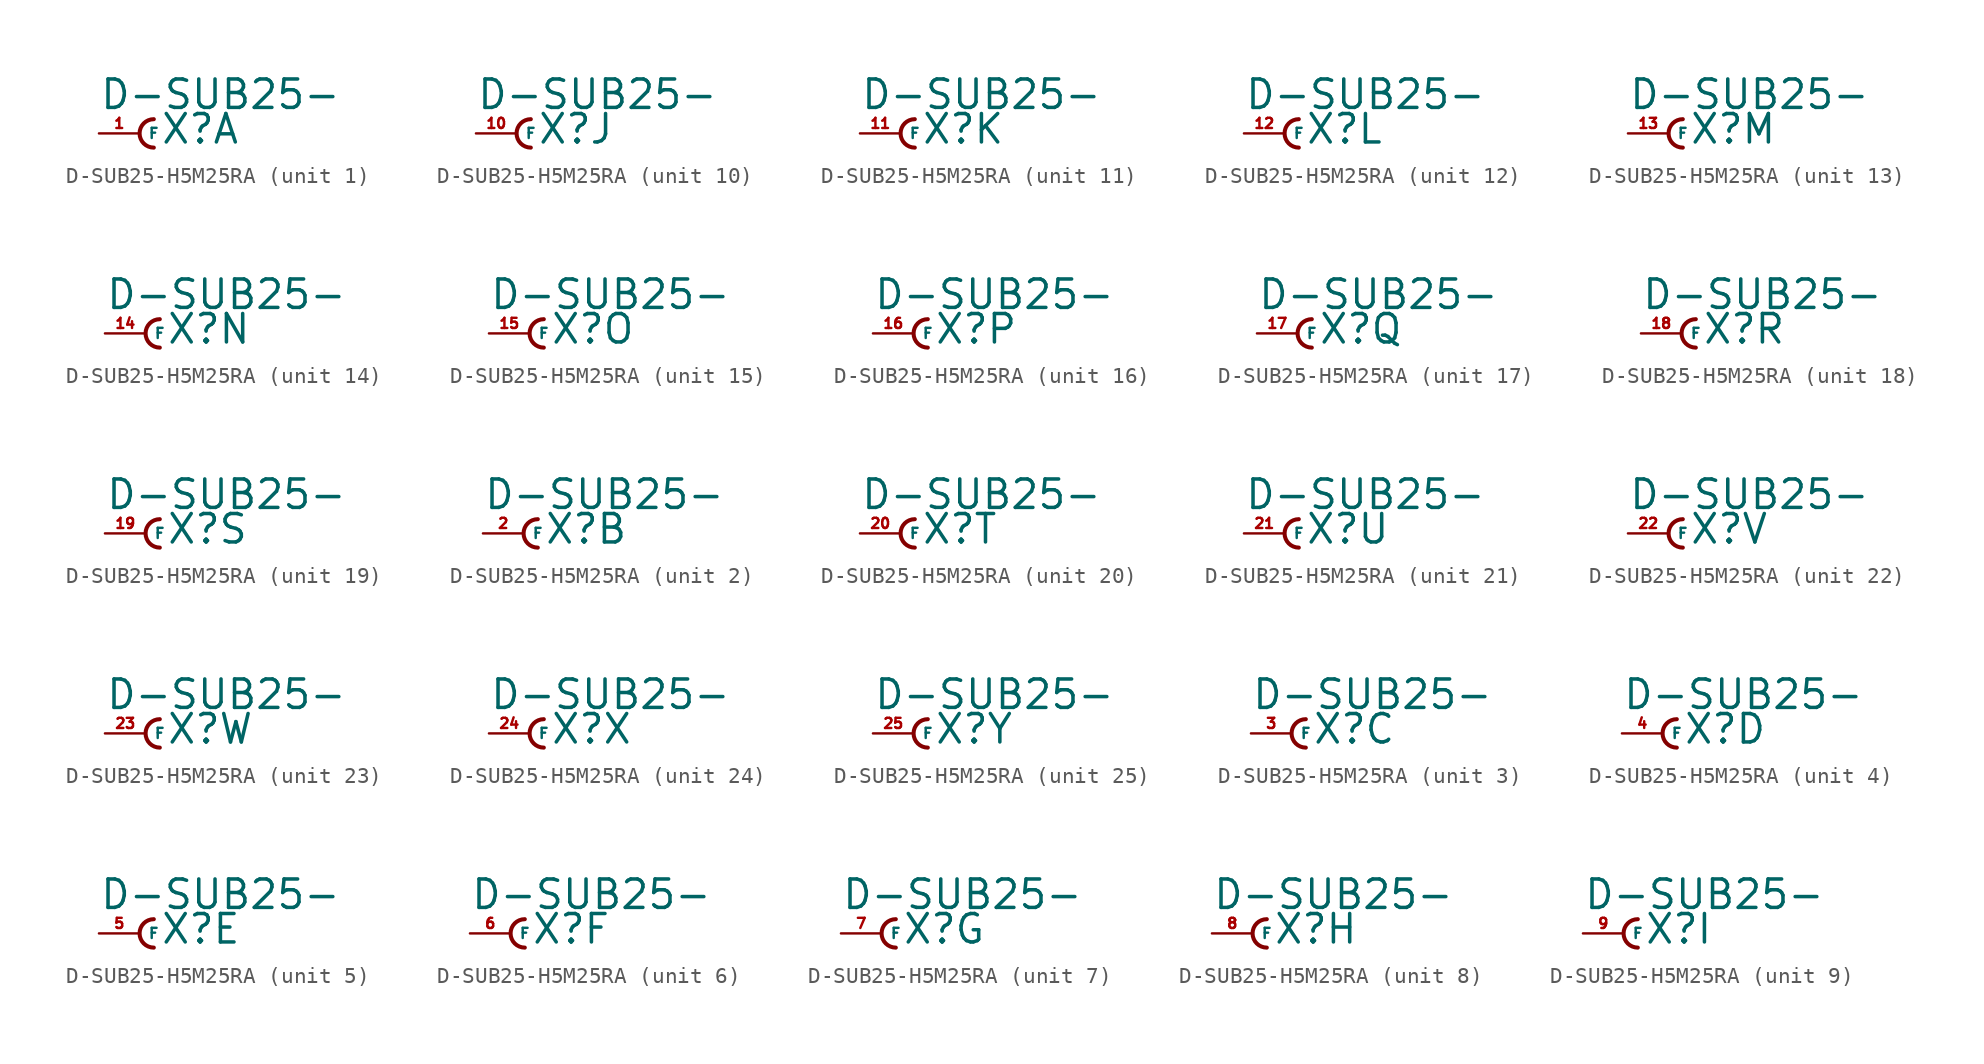
<source format=kicad_sym>
(kicad_symbol_lib
  (version 20220914)
  (generator Eagle2Kicad)
  (symbol "D-SUB25-H5M25RA"
    (property "Reference" "X"
      (at 1.27 -0.762 0)
      (effects (font (size 1.778 1.778) (thickness 0.22)) (justify left bottom)))
    (property "Value" "D-SUB25-"
      (at -2.54 1.397 0)
      (effects (font (size 1.778 1.778) (thickness 0.22)) (justify left bottom)))
    (symbol "D-SUB25-H5M25RA_1_0"
      (arc (start 0.889 0.889) (mid 0.000 0.000) (end 0.889 -0.889) (stroke (width 0.254) (type default)) (fill (type none)))
      (pin passive line (at -2.54 0 0) (length 2.54) (name "F" (effects (font (size 0.635 0.635) (thickness 0.08)) (justify left bottom))) (number "1" (effects (font (size 0.635 0.635) (thickness 0.08)) (justify left bottom)))))
    (symbol "D-SUB25-H5M25RA_2_0"
      (arc (start 0.889 0.889) (mid 0.000 0.000) (end 0.889 -0.889) (stroke (width 0.254) (type default)) (fill (type none)))
      (pin passive line (at -2.54 0 0) (length 2.54) (name "F" (effects (font (size 0.635 0.635) (thickness 0.08)) (justify left bottom))) (number "2" (effects (font (size 0.635 0.635) (thickness 0.08)) (justify left bottom)))))
    (symbol "D-SUB25-H5M25RA_3_0"
      (arc (start 0.889 0.889) (mid 0.000 0.000) (end 0.889 -0.889) (stroke (width 0.254) (type default)) (fill (type none)))
      (pin passive line (at -2.54 0 0) (length 2.54) (name "F" (effects (font (size 0.635 0.635) (thickness 0.08)) (justify left bottom))) (number "3" (effects (font (size 0.635 0.635) (thickness 0.08)) (justify left bottom)))))
    (symbol "D-SUB25-H5M25RA_4_0"
      (arc (start 0.889 0.889) (mid 0.000 0.000) (end 0.889 -0.889) (stroke (width 0.254) (type default)) (fill (type none)))
      (pin passive line (at -2.54 0 0) (length 2.54) (name "F" (effects (font (size 0.635 0.635) (thickness 0.08)) (justify left bottom))) (number "4" (effects (font (size 0.635 0.635) (thickness 0.08)) (justify left bottom)))))
    (symbol "D-SUB25-H5M25RA_5_0"
      (arc (start 0.889 0.889) (mid 0.000 0.000) (end 0.889 -0.889) (stroke (width 0.254) (type default)) (fill (type none)))
      (pin passive line (at -2.54 0 0) (length 2.54) (name "F" (effects (font (size 0.635 0.635) (thickness 0.08)) (justify left bottom))) (number "5" (effects (font (size 0.635 0.635) (thickness 0.08)) (justify left bottom)))))
    (symbol "D-SUB25-H5M25RA_6_0"
      (arc (start 0.889 0.889) (mid 0.000 0.000) (end 0.889 -0.889) (stroke (width 0.254) (type default)) (fill (type none)))
      (pin passive line (at -2.54 0 0) (length 2.54) (name "F" (effects (font (size 0.635 0.635) (thickness 0.08)) (justify left bottom))) (number "6" (effects (font (size 0.635 0.635) (thickness 0.08)) (justify left bottom)))))
    (symbol "D-SUB25-H5M25RA_7_0"
      (arc (start 0.889 0.889) (mid 0.000 0.000) (end 0.889 -0.889) (stroke (width 0.254) (type default)) (fill (type none)))
      (pin passive line (at -2.54 0 0) (length 2.54) (name "F" (effects (font (size 0.635 0.635) (thickness 0.08)) (justify left bottom))) (number "7" (effects (font (size 0.635 0.635) (thickness 0.08)) (justify left bottom)))))
    (symbol "D-SUB25-H5M25RA_8_0"
      (arc (start 0.889 0.889) (mid 0.000 0.000) (end 0.889 -0.889) (stroke (width 0.254) (type default)) (fill (type none)))
      (pin passive line (at -2.54 0 0) (length 2.54) (name "F" (effects (font (size 0.635 0.635) (thickness 0.08)) (justify left bottom))) (number "8" (effects (font (size 0.635 0.635) (thickness 0.08)) (justify left bottom)))))
    (symbol "D-SUB25-H5M25RA_9_0"
      (arc (start 0.889 0.889) (mid 0.000 0.000) (end 0.889 -0.889) (stroke (width 0.254) (type default)) (fill (type none)))
      (pin passive line (at -2.54 0 0) (length 2.54) (name "F" (effects (font (size 0.635 0.635) (thickness 0.08)) (justify left bottom))) (number "9" (effects (font (size 0.635 0.635) (thickness 0.08)) (justify left bottom)))))
    (symbol "D-SUB25-H5M25RA_10_0"
      (arc (start 0.889 0.889) (mid 0.000 0.000) (end 0.889 -0.889) (stroke (width 0.254) (type default)) (fill (type none)))
      (pin passive line (at -2.54 0 0) (length 2.54) (name "F" (effects (font (size 0.635 0.635) (thickness 0.08)) (justify left bottom))) (number "10" (effects (font (size 0.635 0.635) (thickness 0.08)) (justify left bottom)))))
    (symbol "D-SUB25-H5M25RA_11_0"
      (arc (start 0.889 0.889) (mid 0.000 0.000) (end 0.889 -0.889) (stroke (width 0.254) (type default)) (fill (type none)))
      (pin passive line (at -2.54 0 0) (length 2.54) (name "F" (effects (font (size 0.635 0.635) (thickness 0.08)) (justify left bottom))) (number "11" (effects (font (size 0.635 0.635) (thickness 0.08)) (justify left bottom)))))
    (symbol "D-SUB25-H5M25RA_12_0"
      (arc (start 0.889 0.889) (mid 0.000 0.000) (end 0.889 -0.889) (stroke (width 0.254) (type default)) (fill (type none)))
      (pin passive line (at -2.54 0 0) (length 2.54) (name "F" (effects (font (size 0.635 0.635) (thickness 0.08)) (justify left bottom))) (number "12" (effects (font (size 0.635 0.635) (thickness 0.08)) (justify left bottom)))))
    (symbol "D-SUB25-H5M25RA_13_0"
      (arc (start 0.889 0.889) (mid 0.000 0.000) (end 0.889 -0.889) (stroke (width 0.254) (type default)) (fill (type none)))
      (pin passive line (at -2.54 0 0) (length 2.54) (name "F" (effects (font (size 0.635 0.635) (thickness 0.08)) (justify left bottom))) (number "13" (effects (font (size 0.635 0.635) (thickness 0.08)) (justify left bottom)))))
    (symbol "D-SUB25-H5M25RA_14_0"
      (arc (start 0.889 0.889) (mid 0.000 0.000) (end 0.889 -0.889) (stroke (width 0.254) (type default)) (fill (type none)))
      (pin passive line (at -2.54 0 0) (length 2.54) (name "F" (effects (font (size 0.635 0.635) (thickness 0.08)) (justify left bottom))) (number "14" (effects (font (size 0.635 0.635) (thickness 0.08)) (justify left bottom)))))
    (symbol "D-SUB25-H5M25RA_15_0"
      (arc (start 0.889 0.889) (mid 0.000 0.000) (end 0.889 -0.889) (stroke (width 0.254) (type default)) (fill (type none)))
      (pin passive line (at -2.54 0 0) (length 2.54) (name "F" (effects (font (size 0.635 0.635) (thickness 0.08)) (justify left bottom))) (number "15" (effects (font (size 0.635 0.635) (thickness 0.08)) (justify left bottom)))))
    (symbol "D-SUB25-H5M25RA_16_0"
      (arc (start 0.889 0.889) (mid 0.000 0.000) (end 0.889 -0.889) (stroke (width 0.254) (type default)) (fill (type none)))
      (pin passive line (at -2.54 0 0) (length 2.54) (name "F" (effects (font (size 0.635 0.635) (thickness 0.08)) (justify left bottom))) (number "16" (effects (font (size 0.635 0.635) (thickness 0.08)) (justify left bottom)))))
    (symbol "D-SUB25-H5M25RA_17_0"
      (arc (start 0.889 0.889) (mid 0.000 0.000) (end 0.889 -0.889) (stroke (width 0.254) (type default)) (fill (type none)))
      (pin passive line (at -2.54 0 0) (length 2.54) (name "F" (effects (font (size 0.635 0.635) (thickness 0.08)) (justify left bottom))) (number "17" (effects (font (size 0.635 0.635) (thickness 0.08)) (justify left bottom)))))
    (symbol "D-SUB25-H5M25RA_18_0"
      (arc (start 0.889 0.889) (mid 0.000 0.000) (end 0.889 -0.889) (stroke (width 0.254) (type default)) (fill (type none)))
      (pin passive line (at -2.54 0 0) (length 2.54) (name "F" (effects (font (size 0.635 0.635) (thickness 0.08)) (justify left bottom))) (number "18" (effects (font (size 0.635 0.635) (thickness 0.08)) (justify left bottom)))))
    (symbol "D-SUB25-H5M25RA_19_0"
      (arc (start 0.889 0.889) (mid 0.000 0.000) (end 0.889 -0.889) (stroke (width 0.254) (type default)) (fill (type none)))
      (pin passive line (at -2.54 0 0) (length 2.54) (name "F" (effects (font (size 0.635 0.635) (thickness 0.08)) (justify left bottom))) (number "19" (effects (font (size 0.635 0.635) (thickness 0.08)) (justify left bottom)))))
    (symbol "D-SUB25-H5M25RA_20_0"
      (arc (start 0.889 0.889) (mid 0.000 0.000) (end 0.889 -0.889) (stroke (width 0.254) (type default)) (fill (type none)))
      (pin passive line (at -2.54 0 0) (length 2.54) (name "F" (effects (font (size 0.635 0.635) (thickness 0.08)) (justify left bottom))) (number "20" (effects (font (size 0.635 0.635) (thickness 0.08)) (justify left bottom)))))
    (symbol "D-SUB25-H5M25RA_21_0"
      (arc (start 0.889 0.889) (mid 0.000 0.000) (end 0.889 -0.889) (stroke (width 0.254) (type default)) (fill (type none)))
      (pin passive line (at -2.54 0 0) (length 2.54) (name "F" (effects (font (size 0.635 0.635) (thickness 0.08)) (justify left bottom))) (number "21" (effects (font (size 0.635 0.635) (thickness 0.08)) (justify left bottom)))))
    (symbol "D-SUB25-H5M25RA_22_0"
      (arc (start 0.889 0.889) (mid 0.000 0.000) (end 0.889 -0.889) (stroke (width 0.254) (type default)) (fill (type none)))
      (pin passive line (at -2.54 0 0) (length 2.54) (name "F" (effects (font (size 0.635 0.635) (thickness 0.08)) (justify left bottom))) (number "22" (effects (font (size 0.635 0.635) (thickness 0.08)) (justify left bottom)))))
    (symbol "D-SUB25-H5M25RA_23_0"
      (arc (start 0.889 0.889) (mid 0.000 0.000) (end 0.889 -0.889) (stroke (width 0.254) (type default)) (fill (type none)))
      (pin passive line (at -2.54 0 0) (length 2.54) (name "F" (effects (font (size 0.635 0.635) (thickness 0.08)) (justify left bottom))) (number "23" (effects (font (size 0.635 0.635) (thickness 0.08)) (justify left bottom)))))
    (symbol "D-SUB25-H5M25RA_24_0"
      (arc (start 0.889 0.889) (mid 0.000 0.000) (end 0.889 -0.889) (stroke (width 0.254) (type default)) (fill (type none)))
      (pin passive line (at -2.54 0 0) (length 2.54) (name "F" (effects (font (size 0.635 0.635) (thickness 0.08)) (justify left bottom))) (number "24" (effects (font (size 0.635 0.635) (thickness 0.08)) (justify left bottom)))))
    (symbol "D-SUB25-H5M25RA_25_0"
      (arc (start 0.889 0.889) (mid 0.000 0.000) (end 0.889 -0.889) (stroke (width 0.254) (type default)) (fill (type none)))
      (pin passive line (at -2.54 0 0) (length 2.54) (name "F" (effects (font (size 0.635 0.635) (thickness 0.08)) (justify left bottom))) (number "25" (effects (font (size 0.635 0.635) (thickness 0.08)) (justify left bottom)))))))
</source>
